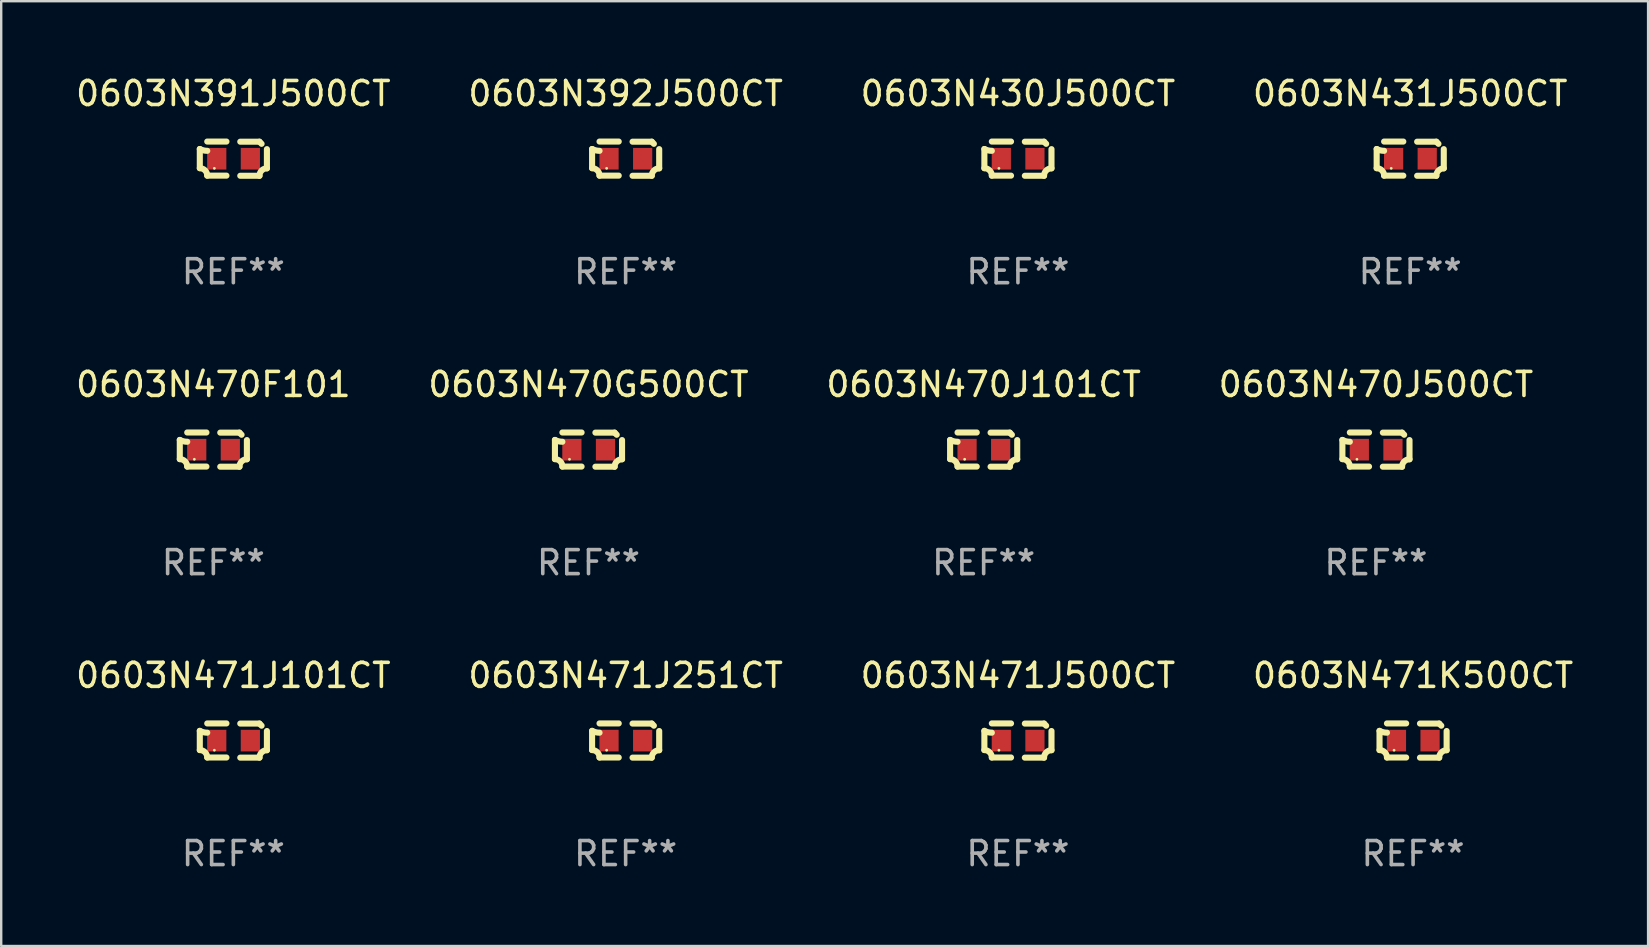
<source format=kicad_pcb>
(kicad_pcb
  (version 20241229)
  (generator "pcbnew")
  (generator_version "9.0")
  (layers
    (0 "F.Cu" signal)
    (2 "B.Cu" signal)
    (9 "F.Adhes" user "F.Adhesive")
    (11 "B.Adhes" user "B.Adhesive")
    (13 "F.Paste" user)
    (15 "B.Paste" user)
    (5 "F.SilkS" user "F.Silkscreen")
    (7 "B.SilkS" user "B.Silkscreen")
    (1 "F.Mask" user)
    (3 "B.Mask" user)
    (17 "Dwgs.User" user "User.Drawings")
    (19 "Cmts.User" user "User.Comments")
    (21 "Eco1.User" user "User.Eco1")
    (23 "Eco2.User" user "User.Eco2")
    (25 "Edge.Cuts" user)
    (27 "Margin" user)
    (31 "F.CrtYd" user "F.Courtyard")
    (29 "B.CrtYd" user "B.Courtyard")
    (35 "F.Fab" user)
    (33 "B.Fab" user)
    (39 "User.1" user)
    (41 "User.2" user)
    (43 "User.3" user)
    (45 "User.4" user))
  (footprint "0603N391J500CT"
    (layer "F.Cu")
    (at 6.673 3.561)
    (property "Reference" "0603N391J500CT" (at 0 -2.713 0) (layer "F.SilkS") (effects (font (size 1 1) (thickness 0.15))))
    (attr through_hole)
    (fp_line (start -1.398 -0.403) (end -1.398 0.397) (stroke (width 0.254) (type solid)) (layer "F.SilkS"))
    (fp_line (start -0.288 -0.713) (end -1.088 -0.713) (stroke (width 0.254) (type solid)) (layer "F.SilkS"))
    (fp_line (start -0.288 0.707) (end -1.088 0.707) (stroke (width 0.254) (type solid)) (layer "F.SilkS"))
    (fp_line (start 0.288 -0.707) (end 1.088 -0.707) (stroke (width 0.254) (type solid)) (layer "F.SilkS"))
    (fp_line (start 0.288 0.713) (end 1.088 0.713) (stroke (width 0.254) (type solid)) (layer "F.SilkS"))
    (fp_line (start 1.398 -0.397) (end 1.398 0.403) (stroke (width 0.254) (type solid)) (layer "F.SilkS"))
    (fp_arc (start -1.397789 0.397066) (mid -1.178701 0.487826) (end -1.08796 0.706922) (stroke (width 0.254001) (type solid)) (layer "F.SilkS"))
    (fp_arc (start -1.08796 -0.327176) (mid -1.247436 -0.346384) (end -1.39779 -0.402908) (stroke (width 0.254001) (type solid)) (layer "F.SilkS"))
    (fp_arc (start 1.087909 0.712738) (mid 1.178656 0.493655) (end 1.397739 0.402908) (stroke (width 0.254001) (type solid)) (layer "F.SilkS"))
    (fp_arc (start 1.175925 -0.618926) (mid 1.131917 -0.662923) (end 1.08791 -0.706922) (stroke (width 0.254001) (type solid)) (layer "F.SilkS"))
    (fp_circle (center -0.792 0.403) (end -0.762 0.403) (stroke (width 0.06) (type solid)) (fill no) (layer "F.SilkS"))
    (fp_text user "REF**" (at 0 4.713 0) (layer "F.Fab") (effects (font (size 1 1) (thickness 0.15))))
    (pad "1" smd rect (at -0.692 0.003) (size 0.8 0.9) (layers "F.Cu" "F.Mask" "F.Paste"))
    (pad "2" smd rect (at 0.708 0.003) (size 0.8 0.9) (layers "F.Cu" "F.Mask" "F.Paste")))
  (footprint "0603N470J101CT"
    (layer "F.Cu")
    (at 37.935 15.683)
    (property "Reference" "0603N470J101CT" (at 0 -2.713 0) (layer "F.SilkS") (effects (font (size 1 1) (thickness 0.15))))
    (attr through_hole)
    (fp_line (start -1.398 -0.403) (end -1.398 0.397) (stroke (width 0.254) (type solid)) (layer "F.SilkS"))
    (fp_line (start -0.288 -0.713) (end -1.088 -0.713) (stroke (width 0.254) (type solid)) (layer "F.SilkS"))
    (fp_line (start -0.288 0.707) (end -1.088 0.707) (stroke (width 0.254) (type solid)) (layer "F.SilkS"))
    (fp_line (start 0.288 -0.707) (end 1.088 -0.707) (stroke (width 0.254) (type solid)) (layer "F.SilkS"))
    (fp_line (start 0.288 0.713) (end 1.088 0.713) (stroke (width 0.254) (type solid)) (layer "F.SilkS"))
    (fp_line (start 1.398 -0.397) (end 1.398 0.403) (stroke (width 0.254) (type solid)) (layer "F.SilkS"))
    (fp_arc (start -1.397789 0.397066) (mid -1.178701 0.487826) (end -1.08796 0.706922) (stroke (width 0.254001) (type solid)) (layer "F.SilkS"))
    (fp_arc (start -1.08796 -0.327176) (mid -1.247436 -0.346384) (end -1.39779 -0.402908) (stroke (width 0.254001) (type solid)) (layer "F.SilkS"))
    (fp_arc (start 1.087909 0.712738) (mid 1.178656 0.493655) (end 1.397739 0.402908) (stroke (width 0.254001) (type solid)) (layer "F.SilkS"))
    (fp_arc (start 1.175925 -0.618926) (mid 1.131917 -0.662923) (end 1.08791 -0.706922) (stroke (width 0.254001) (type solid)) (layer "F.SilkS"))
    (fp_circle (center -0.792 0.403) (end -0.762 0.403) (stroke (width 0.06) (type solid)) (fill no) (layer "F.SilkS"))
    (fp_text user "REF**" (at 0 4.713 0) (layer "F.Fab") (effects (font (size 1 1) (thickness 0.15))))
    (pad "1" smd rect (at -0.692 0.003) (size 0.8 0.9) (layers "F.Cu" "F.Mask" "F.Paste"))
    (pad "2" smd rect (at 0.708 0.003) (size 0.8 0.9) (layers "F.Cu" "F.Mask" "F.Paste")))
  (footprint "0603N430J500CT"
    (layer "F.Cu")
    (at 39.363 3.561)
    (property "Reference" "0603N430J500CT" (at 0 -2.713 0) (layer "F.SilkS") (effects (font (size 1 1) (thickness 0.15))))
    (attr through_hole)
    (fp_line (start -1.398 -0.403) (end -1.398 0.397) (stroke (width 0.254) (type solid)) (layer "F.SilkS"))
    (fp_line (start -0.288 -0.713) (end -1.088 -0.713) (stroke (width 0.254) (type solid)) (layer "F.SilkS"))
    (fp_line (start -0.288 0.707) (end -1.088 0.707) (stroke (width 0.254) (type solid)) (layer "F.SilkS"))
    (fp_line (start 0.288 -0.707) (end 1.088 -0.707) (stroke (width 0.254) (type solid)) (layer "F.SilkS"))
    (fp_line (start 0.288 0.713) (end 1.088 0.713) (stroke (width 0.254) (type solid)) (layer "F.SilkS"))
    (fp_line (start 1.398 -0.397) (end 1.398 0.403) (stroke (width 0.254) (type solid)) (layer "F.SilkS"))
    (fp_arc (start -1.397789 0.397066) (mid -1.178701 0.487826) (end -1.08796 0.706922) (stroke (width 0.254001) (type solid)) (layer "F.SilkS"))
    (fp_arc (start -1.08796 -0.327176) (mid -1.247436 -0.346384) (end -1.39779 -0.402908) (stroke (width 0.254001) (type solid)) (layer "F.SilkS"))
    (fp_arc (start 1.087909 0.712738) (mid 1.178656 0.493655) (end 1.397739 0.402908) (stroke (width 0.254001) (type solid)) (layer "F.SilkS"))
    (fp_arc (start 1.175925 -0.618926) (mid 1.131917 -0.662923) (end 1.08791 -0.706922) (stroke (width 0.254001) (type solid)) (layer "F.SilkS"))
    (fp_circle (center -0.792 0.403) (end -0.762 0.403) (stroke (width 0.06) (type solid)) (fill no) (layer "F.SilkS"))
    (fp_text user "REF**" (at 0 4.713 0) (layer "F.Fab") (effects (font (size 1 1) (thickness 0.15))))
    (pad "1" smd rect (at -0.692 0.003) (size 0.8 0.9) (layers "F.Cu" "F.Mask" "F.Paste"))
    (pad "2" smd rect (at 0.708 0.003) (size 0.8 0.9) (layers "F.Cu" "F.Mask" "F.Paste")))
  (footprint "0603N471J101CT"
    (layer "F.Cu")
    (at 6.673 27.805)
    (property "Reference" "0603N471J101CT" (at 0 -2.713 0) (layer "F.SilkS") (effects (font (size 1 1) (thickness 0.15))))
    (attr through_hole)
    (fp_line (start -1.398 -0.403) (end -1.398 0.397) (stroke (width 0.254) (type solid)) (layer "F.SilkS"))
    (fp_line (start -0.288 -0.713) (end -1.088 -0.713) (stroke (width 0.254) (type solid)) (layer "F.SilkS"))
    (fp_line (start -0.288 0.707) (end -1.088 0.707) (stroke (width 0.254) (type solid)) (layer "F.SilkS"))
    (fp_line (start 0.288 -0.707) (end 1.088 -0.707) (stroke (width 0.254) (type solid)) (layer "F.SilkS"))
    (fp_line (start 0.288 0.713) (end 1.088 0.713) (stroke (width 0.254) (type solid)) (layer "F.SilkS"))
    (fp_line (start 1.398 -0.397) (end 1.398 0.403) (stroke (width 0.254) (type solid)) (layer "F.SilkS"))
    (fp_arc (start -1.397789 0.397066) (mid -1.178701 0.487826) (end -1.08796 0.706922) (stroke (width 0.254001) (type solid)) (layer "F.SilkS"))
    (fp_arc (start -1.08796 -0.327176) (mid -1.247436 -0.346384) (end -1.39779 -0.402908) (stroke (width 0.254001) (type solid)) (layer "F.SilkS"))
    (fp_arc (start 1.087909 0.712738) (mid 1.178656 0.493655) (end 1.397739 0.402908) (stroke (width 0.254001) (type solid)) (layer "F.SilkS"))
    (fp_arc (start 1.175925 -0.618926) (mid 1.131917 -0.662923) (end 1.08791 -0.706922) (stroke (width 0.254001) (type solid)) (layer "F.SilkS"))
    (fp_circle (center -0.792 0.403) (end -0.762 0.403) (stroke (width 0.06) (type solid)) (fill no) (layer "F.SilkS"))
    (fp_text user "REF**" (at 0 4.713 0) (layer "F.Fab") (effects (font (size 1 1) (thickness 0.15))))
    (pad "1" smd rect (at -0.692 0.003) (size 0.8 0.9) (layers "F.Cu" "F.Mask" "F.Paste"))
    (pad "2" smd rect (at 0.708 0.003) (size 0.8 0.9) (layers "F.Cu" "F.Mask" "F.Paste")))
  (footprint "0603N470J500CT"
    (layer "F.Cu")
    (at 54.28 15.683)
    (property "Reference" "0603N470J500CT" (at 0 -2.713 0) (layer "F.SilkS") (effects (font (size 1 1) (thickness 0.15))))
    (attr through_hole)
    (fp_line (start -1.398 -0.403) (end -1.398 0.397) (stroke (width 0.254) (type solid)) (layer "F.SilkS"))
    (fp_line (start -0.288 -0.713) (end -1.088 -0.713) (stroke (width 0.254) (type solid)) (layer "F.SilkS"))
    (fp_line (start -0.288 0.707) (end -1.088 0.707) (stroke (width 0.254) (type solid)) (layer "F.SilkS"))
    (fp_line (start 0.288 -0.707) (end 1.088 -0.707) (stroke (width 0.254) (type solid)) (layer "F.SilkS"))
    (fp_line (start 0.288 0.713) (end 1.088 0.713) (stroke (width 0.254) (type solid)) (layer "F.SilkS"))
    (fp_line (start 1.398 -0.397) (end 1.398 0.403) (stroke (width 0.254) (type solid)) (layer "F.SilkS"))
    (fp_arc (start -1.397789 0.397066) (mid -1.178701 0.487826) (end -1.08796 0.706922) (stroke (width 0.254001) (type solid)) (layer "F.SilkS"))
    (fp_arc (start -1.08796 -0.327176) (mid -1.247436 -0.346384) (end -1.39779 -0.402908) (stroke (width 0.254001) (type solid)) (layer "F.SilkS"))
    (fp_arc (start 1.087909 0.712738) (mid 1.178656 0.493655) (end 1.397739 0.402908) (stroke (width 0.254001) (type solid)) (layer "F.SilkS"))
    (fp_arc (start 1.175925 -0.618926) (mid 1.131917 -0.662923) (end 1.08791 -0.706922) (stroke (width 0.254001) (type solid)) (layer "F.SilkS"))
    (fp_circle (center -0.792 0.403) (end -0.762 0.403) (stroke (width 0.06) (type solid)) (fill no) (layer "F.SilkS"))
    (fp_text user "REF**" (at 0 4.713 0) (layer "F.Fab") (effects (font (size 1 1) (thickness 0.15))))
    (pad "1" smd rect (at -0.692 0.003) (size 0.8 0.9) (layers "F.Cu" "F.Mask" "F.Paste"))
    (pad "2" smd rect (at 0.708 0.003) (size 0.8 0.9) (layers "F.Cu" "F.Mask" "F.Paste")))
  (footprint "0603N471J251CT"
    (layer "F.Cu")
    (at 23.018 27.805)
    (property "Reference" "0603N471J251CT" (at 0 -2.713 0) (layer "F.SilkS") (effects (font (size 1 1) (thickness 0.15))))
    (attr through_hole)
    (fp_line (start -1.398 -0.403) (end -1.398 0.397) (stroke (width 0.254) (type solid)) (layer "F.SilkS"))
    (fp_line (start -0.288 -0.713) (end -1.088 -0.713) (stroke (width 0.254) (type solid)) (layer "F.SilkS"))
    (fp_line (start -0.288 0.707) (end -1.088 0.707) (stroke (width 0.254) (type solid)) (layer "F.SilkS"))
    (fp_line (start 0.288 -0.707) (end 1.088 -0.707) (stroke (width 0.254) (type solid)) (layer "F.SilkS"))
    (fp_line (start 0.288 0.713) (end 1.088 0.713) (stroke (width 0.254) (type solid)) (layer "F.SilkS"))
    (fp_line (start 1.398 -0.397) (end 1.398 0.403) (stroke (width 0.254) (type solid)) (layer "F.SilkS"))
    (fp_arc (start -1.397789 0.397066) (mid -1.178701 0.487826) (end -1.08796 0.706922) (stroke (width 0.254001) (type solid)) (layer "F.SilkS"))
    (fp_arc (start -1.08796 -0.327176) (mid -1.247436 -0.346384) (end -1.39779 -0.402908) (stroke (width 0.254001) (type solid)) (layer "F.SilkS"))
    (fp_arc (start 1.087909 0.712738) (mid 1.178656 0.493655) (end 1.397739 0.402908) (stroke (width 0.254001) (type solid)) (layer "F.SilkS"))
    (fp_arc (start 1.175925 -0.618926) (mid 1.131917 -0.662923) (end 1.08791 -0.706922) (stroke (width 0.254001) (type solid)) (layer "F.SilkS"))
    (fp_circle (center -0.792 0.403) (end -0.762 0.403) (stroke (width 0.06) (type solid)) (fill no) (layer "F.SilkS"))
    (fp_text user "REF**" (at 0 4.713 0) (layer "F.Fab") (effects (font (size 1 1) (thickness 0.15))))
    (pad "1" smd rect (at -0.692 0.003) (size 0.8 0.9) (layers "F.Cu" "F.Mask" "F.Paste"))
    (pad "2" smd rect (at 0.708 0.003) (size 0.8 0.9) (layers "F.Cu" "F.Mask" "F.Paste")))
  (footprint "0603N470F101"
    (layer "F.Cu")
    (at 5.839 15.683)
    (property "Reference" "0603N470F101" (at 0 -2.713 0) (layer "F.SilkS") (effects (font (size 1 1) (thickness 0.15))))
    (attr through_hole)
    (fp_line (start -1.398 -0.403) (end -1.398 0.397) (stroke (width 0.254) (type solid)) (layer "F.SilkS"))
    (fp_line (start -0.288 -0.713) (end -1.088 -0.713) (stroke (width 0.254) (type solid)) (layer "F.SilkS"))
    (fp_line (start -0.288 0.707) (end -1.088 0.707) (stroke (width 0.254) (type solid)) (layer "F.SilkS"))
    (fp_line (start 0.288 -0.707) (end 1.088 -0.707) (stroke (width 0.254) (type solid)) (layer "F.SilkS"))
    (fp_line (start 0.288 0.713) (end 1.088 0.713) (stroke (width 0.254) (type solid)) (layer "F.SilkS"))
    (fp_line (start 1.398 -0.397) (end 1.398 0.403) (stroke (width 0.254) (type solid)) (layer "F.SilkS"))
    (fp_arc (start -1.397789 0.397066) (mid -1.178701 0.487826) (end -1.08796 0.706922) (stroke (width 0.254001) (type solid)) (layer "F.SilkS"))
    (fp_arc (start -1.08796 -0.327176) (mid -1.247436 -0.346384) (end -1.39779 -0.402908) (stroke (width 0.254001) (type solid)) (layer "F.SilkS"))
    (fp_arc (start 1.087909 0.712738) (mid 1.178656 0.493655) (end 1.397739 0.402908) (stroke (width 0.254001) (type solid)) (layer "F.SilkS"))
    (fp_arc (start 1.175925 -0.618926) (mid 1.131917 -0.662923) (end 1.08791 -0.706922) (stroke (width 0.254001) (type solid)) (layer "F.SilkS"))
    (fp_circle (center -0.792 0.403) (end -0.762 0.403) (stroke (width 0.06) (type solid)) (fill no) (layer "F.SilkS"))
    (fp_text user "REF**" (at 0 4.713 0) (layer "F.Fab") (effects (font (size 1 1) (thickness 0.15))))
    (pad "1" smd rect (at -0.692 0.003) (size 0.8 0.9) (layers "F.Cu" "F.Mask" "F.Paste"))
    (pad "2" smd rect (at 0.708 0.003) (size 0.8 0.9) (layers "F.Cu" "F.Mask" "F.Paste")))
  (footprint "0603N471J500CT"
    (layer "F.Cu")
    (at 39.363 27.805)
    (property "Reference" "0603N471J500CT" (at 0 -2.713 0) (layer "F.SilkS") (effects (font (size 1 1) (thickness 0.15))))
    (attr through_hole)
    (fp_line (start -1.398 -0.403) (end -1.398 0.397) (stroke (width 0.254) (type solid)) (layer "F.SilkS"))
    (fp_line (start -0.288 -0.713) (end -1.088 -0.713) (stroke (width 0.254) (type solid)) (layer "F.SilkS"))
    (fp_line (start -0.288 0.707) (end -1.088 0.707) (stroke (width 0.254) (type solid)) (layer "F.SilkS"))
    (fp_line (start 0.288 -0.707) (end 1.088 -0.707) (stroke (width 0.254) (type solid)) (layer "F.SilkS"))
    (fp_line (start 0.288 0.713) (end 1.088 0.713) (stroke (width 0.254) (type solid)) (layer "F.SilkS"))
    (fp_line (start 1.398 -0.397) (end 1.398 0.403) (stroke (width 0.254) (type solid)) (layer "F.SilkS"))
    (fp_arc (start -1.397789 0.397066) (mid -1.178701 0.487826) (end -1.08796 0.706922) (stroke (width 0.254001) (type solid)) (layer "F.SilkS"))
    (fp_arc (start -1.08796 -0.327176) (mid -1.247436 -0.346384) (end -1.39779 -0.402908) (stroke (width 0.254001) (type solid)) (layer "F.SilkS"))
    (fp_arc (start 1.087909 0.712738) (mid 1.178656 0.493655) (end 1.397739 0.402908) (stroke (width 0.254001) (type solid)) (layer "F.SilkS"))
    (fp_arc (start 1.175925 -0.618926) (mid 1.131917 -0.662923) (end 1.08791 -0.706922) (stroke (width 0.254001) (type solid)) (layer "F.SilkS"))
    (fp_circle (center -0.792 0.403) (end -0.762 0.403) (stroke (width 0.06) (type solid)) (fill no) (layer "F.SilkS"))
    (fp_text user "REF**" (at 0 4.713 0) (layer "F.Fab") (effects (font (size 1 1) (thickness 0.15))))
    (pad "1" smd rect (at -0.692 0.003) (size 0.8 0.9) (layers "F.Cu" "F.Mask" "F.Paste"))
    (pad "2" smd rect (at 0.708 0.003) (size 0.8 0.9) (layers "F.Cu" "F.Mask" "F.Paste")))
  (footprint "0603N431J500CT"
    (layer "F.Cu")
    (at 55.708 3.561)
    (property "Reference" "0603N431J500CT" (at 0 -2.713 0) (layer "F.SilkS") (effects (font (size 1 1) (thickness 0.15))))
    (attr through_hole)
    (fp_line (start -1.398 -0.403) (end -1.398 0.397) (stroke (width 0.254) (type solid)) (layer "F.SilkS"))
    (fp_line (start -0.288 -0.713) (end -1.088 -0.713) (stroke (width 0.254) (type solid)) (layer "F.SilkS"))
    (fp_line (start -0.288 0.707) (end -1.088 0.707) (stroke (width 0.254) (type solid)) (layer "F.SilkS"))
    (fp_line (start 0.288 -0.707) (end 1.088 -0.707) (stroke (width 0.254) (type solid)) (layer "F.SilkS"))
    (fp_line (start 0.288 0.713) (end 1.088 0.713) (stroke (width 0.254) (type solid)) (layer "F.SilkS"))
    (fp_line (start 1.398 -0.397) (end 1.398 0.403) (stroke (width 0.254) (type solid)) (layer "F.SilkS"))
    (fp_arc (start -1.397789 0.397066) (mid -1.178701 0.487826) (end -1.08796 0.706922) (stroke (width 0.254001) (type solid)) (layer "F.SilkS"))
    (fp_arc (start -1.08796 -0.327176) (mid -1.247436 -0.346384) (end -1.39779 -0.402908) (stroke (width 0.254001) (type solid)) (layer "F.SilkS"))
    (fp_arc (start 1.087909 0.712738) (mid 1.178656 0.493655) (end 1.397739 0.402908) (stroke (width 0.254001) (type solid)) (layer "F.SilkS"))
    (fp_arc (start 1.175925 -0.618926) (mid 1.131917 -0.662923) (end 1.08791 -0.706922) (stroke (width 0.254001) (type solid)) (layer "F.SilkS"))
    (fp_circle (center -0.792 0.403) (end -0.762 0.403) (stroke (width 0.06) (type solid)) (fill no) (layer "F.SilkS"))
    (fp_text user "REF**" (at 0 4.713 0) (layer "F.Fab") (effects (font (size 1 1) (thickness 0.15))))
    (pad "1" smd rect (at -0.692 0.003) (size 0.8 0.9) (layers "F.Cu" "F.Mask" "F.Paste"))
    (pad "2" smd rect (at 0.708 0.003) (size 0.8 0.9) (layers "F.Cu" "F.Mask" "F.Paste")))
  (footprint "0603N470G500CT"
    (layer "F.Cu")
    (at 21.47 15.683)
    (property "Reference" "0603N470G500CT" (at 0 -2.713 0) (layer "F.SilkS") (effects (font (size 1 1) (thickness 0.15))))
    (attr through_hole)
    (fp_line (start -1.398 -0.403) (end -1.398 0.397) (stroke (width 0.254) (type solid)) (layer "F.SilkS"))
    (fp_line (start -0.288 -0.713) (end -1.088 -0.713) (stroke (width 0.254) (type solid)) (layer "F.SilkS"))
    (fp_line (start -0.288 0.707) (end -1.088 0.707) (stroke (width 0.254) (type solid)) (layer "F.SilkS"))
    (fp_line (start 0.288 -0.707) (end 1.088 -0.707) (stroke (width 0.254) (type solid)) (layer "F.SilkS"))
    (fp_line (start 0.288 0.713) (end 1.088 0.713) (stroke (width 0.254) (type solid)) (layer "F.SilkS"))
    (fp_line (start 1.398 -0.397) (end 1.398 0.403) (stroke (width 0.254) (type solid)) (layer "F.SilkS"))
    (fp_arc (start -1.397789 0.397066) (mid -1.178701 0.487826) (end -1.08796 0.706922) (stroke (width 0.254001) (type solid)) (layer "F.SilkS"))
    (fp_arc (start -1.08796 -0.327176) (mid -1.247436 -0.346384) (end -1.39779 -0.402908) (stroke (width 0.254001) (type solid)) (layer "F.SilkS"))
    (fp_arc (start 1.087909 0.712738) (mid 1.178656 0.493655) (end 1.397739 0.402908) (stroke (width 0.254001) (type solid)) (layer "F.SilkS"))
    (fp_arc (start 1.175925 -0.618926) (mid 1.131917 -0.662923) (end 1.08791 -0.706922) (stroke (width 0.254001) (type solid)) (layer "F.SilkS"))
    (fp_circle (center -0.792 0.403) (end -0.762 0.403) (stroke (width 0.06) (type solid)) (fill no) (layer "F.SilkS"))
    (fp_text user "REF**" (at 0 4.713 0) (layer "F.Fab") (effects (font (size 1 1) (thickness 0.15))))
    (pad "1" smd rect (at -0.692 0.003) (size 0.8 0.9) (layers "F.Cu" "F.Mask" "F.Paste"))
    (pad "2" smd rect (at 0.708 0.003) (size 0.8 0.9) (layers "F.Cu" "F.Mask" "F.Paste")))
  (footprint "0603N392J500CT"
    (layer "F.Cu")
    (at 23.018 3.561)
    (property "Reference" "0603N392J500CT" (at 0 -2.713 0) (layer "F.SilkS") (effects (font (size 1 1) (thickness 0.15))))
    (attr through_hole)
    (fp_line (start -1.398 -0.403) (end -1.398 0.397) (stroke (width 0.254) (type solid)) (layer "F.SilkS"))
    (fp_line (start -0.288 -0.713) (end -1.088 -0.713) (stroke (width 0.254) (type solid)) (layer "F.SilkS"))
    (fp_line (start -0.288 0.707) (end -1.088 0.707) (stroke (width 0.254) (type solid)) (layer "F.SilkS"))
    (fp_line (start 0.288 -0.707) (end 1.088 -0.707) (stroke (width 0.254) (type solid)) (layer "F.SilkS"))
    (fp_line (start 0.288 0.713) (end 1.088 0.713) (stroke (width 0.254) (type solid)) (layer "F.SilkS"))
    (fp_line (start 1.398 -0.397) (end 1.398 0.403) (stroke (width 0.254) (type solid)) (layer "F.SilkS"))
    (fp_arc (start -1.397789 0.397066) (mid -1.178701 0.487826) (end -1.08796 0.706922) (stroke (width 0.254001) (type solid)) (layer "F.SilkS"))
    (fp_arc (start -1.08796 -0.327176) (mid -1.247436 -0.346384) (end -1.39779 -0.402908) (stroke (width 0.254001) (type solid)) (layer "F.SilkS"))
    (fp_arc (start 1.087909 0.712738) (mid 1.178656 0.493655) (end 1.397739 0.402908) (stroke (width 0.254001) (type solid)) (layer "F.SilkS"))
    (fp_arc (start 1.175925 -0.618926) (mid 1.131917 -0.662923) (end 1.08791 -0.706922) (stroke (width 0.254001) (type solid)) (layer "F.SilkS"))
    (fp_circle (center -0.792 0.403) (end -0.762 0.403) (stroke (width 0.06) (type solid)) (fill no) (layer "F.SilkS"))
    (fp_text user "REF**" (at 0 4.713 0) (layer "F.Fab") (effects (font (size 1 1) (thickness 0.15))))
    (pad "1" smd rect (at -0.692 0.003) (size 0.8 0.9) (layers "F.Cu" "F.Mask" "F.Paste"))
    (pad "2" smd rect (at 0.708 0.003) (size 0.8 0.9) (layers "F.Cu" "F.Mask" "F.Paste")))
  (footprint "0603N471K500CT"
    (layer "F.Cu")
    (at 55.827 27.805)
    (property "Reference" "0603N471K500CT" (at 0 -2.713 0) (layer "F.SilkS") (effects (font (size 1 1) (thickness 0.15))))
    (attr through_hole)
    (fp_line (start -1.398 -0.403) (end -1.398 0.397) (stroke (width 0.254) (type solid)) (layer "F.SilkS"))
    (fp_line (start -0.288 -0.713) (end -1.088 -0.713) (stroke (width 0.254) (type solid)) (layer "F.SilkS"))
    (fp_line (start -0.288 0.707) (end -1.088 0.707) (stroke (width 0.254) (type solid)) (layer "F.SilkS"))
    (fp_line (start 0.288 -0.707) (end 1.088 -0.707) (stroke (width 0.254) (type solid)) (layer "F.SilkS"))
    (fp_line (start 0.288 0.713) (end 1.088 0.713) (stroke (width 0.254) (type solid)) (layer "F.SilkS"))
    (fp_line (start 1.398 -0.397) (end 1.398 0.403) (stroke (width 0.254) (type solid)) (layer "F.SilkS"))
    (fp_arc (start -1.397789 0.397066) (mid -1.178701 0.487826) (end -1.08796 0.706922) (stroke (width 0.254001) (type solid)) (layer "F.SilkS"))
    (fp_arc (start -1.08796 -0.327176) (mid -1.247436 -0.346384) (end -1.39779 -0.402908) (stroke (width 0.254001) (type solid)) (layer "F.SilkS"))
    (fp_arc (start 1.087909 0.712738) (mid 1.178656 0.493655) (end 1.397739 0.402908) (stroke (width 0.254001) (type solid)) (layer "F.SilkS"))
    (fp_arc (start 1.175925 -0.618926) (mid 1.131917 -0.662923) (end 1.08791 -0.706922) (stroke (width 0.254001) (type solid)) (layer "F.SilkS"))
    (fp_circle (center -0.792 0.403) (end -0.762 0.403) (stroke (width 0.06) (type solid)) (fill no) (layer "F.SilkS"))
    (fp_text user "REF**" (at 0 4.713 0) (layer "F.Fab") (effects (font (size 1 1) (thickness 0.15))))
    (pad "1" smd rect (at -0.692 0.003) (size 0.8 0.9) (layers "F.Cu" "F.Mask" "F.Paste"))
    (pad "2" smd rect (at 0.708 0.003) (size 0.8 0.9) (layers "F.Cu" "F.Mask" "F.Paste")))
  (gr_rect
    (start -3 -3)
    (end 65.619 36.366)
    (stroke (width 0.1) (type default))
    (fill no)
    (layer "Edge.Cuts")))
</source>
